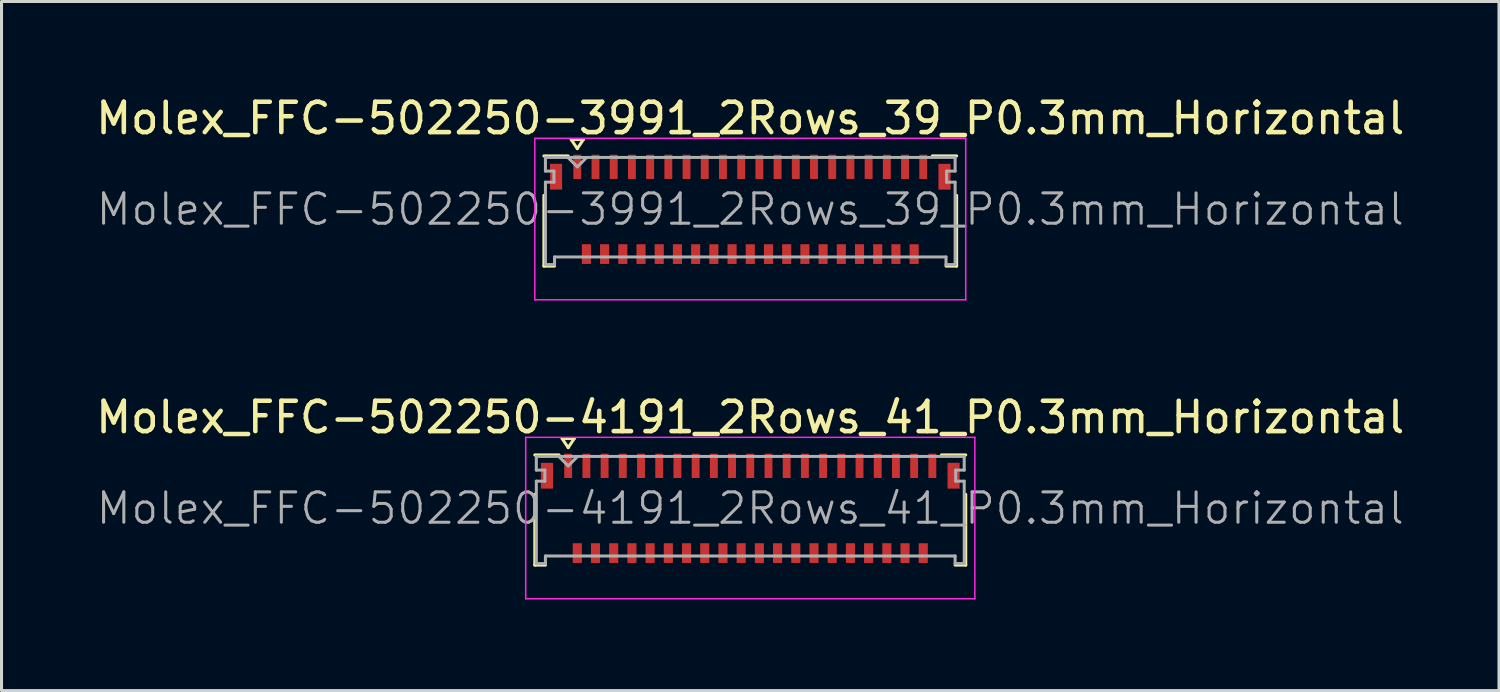
<source format=kicad_pcb>
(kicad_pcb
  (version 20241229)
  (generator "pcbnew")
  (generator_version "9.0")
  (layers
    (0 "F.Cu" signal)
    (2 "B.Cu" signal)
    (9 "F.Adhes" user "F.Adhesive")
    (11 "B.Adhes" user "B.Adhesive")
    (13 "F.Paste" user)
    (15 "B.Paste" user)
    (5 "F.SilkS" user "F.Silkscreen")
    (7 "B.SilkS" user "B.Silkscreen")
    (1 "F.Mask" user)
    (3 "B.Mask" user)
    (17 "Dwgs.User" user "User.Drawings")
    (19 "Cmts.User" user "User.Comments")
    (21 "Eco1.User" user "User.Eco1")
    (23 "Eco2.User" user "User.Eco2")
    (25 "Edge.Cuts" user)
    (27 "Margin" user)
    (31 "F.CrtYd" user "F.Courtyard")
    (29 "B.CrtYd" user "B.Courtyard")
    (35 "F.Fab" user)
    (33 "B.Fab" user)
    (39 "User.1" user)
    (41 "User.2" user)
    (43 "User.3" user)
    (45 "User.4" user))
  (footprint "Molex_FFC-502250-3991_2Rows_39_P0.3mm_Horizontal"
    (layer "F.Cu")
    (at 21.673 3.848)
    (property "Reference" "Molex_FFC-502250-3991_2Rows_39_P0.3mm_Horizontal" (at 0 -3 0) (layer "F.SilkS") (effects (font (size 1 1) (thickness 0.15))))
    (attr smd)
    (fp_line (start -6.8 -1.76) (end -6 -1.76) (stroke (width 0.1) (type solid)) (layer "F.SilkS"))
    (fp_line (start -6.8 -0.46) (end -6.8 1.87) (stroke (width 0.1) (type solid)) (layer "F.SilkS"))
    (fp_line (start -6.8 1.87) (end -6.45 1.87) (stroke (width 0.1) (type solid)) (layer "F.SilkS"))
    (fp_line (start -5.9 -2.3) (end -5.5 -2.3) (stroke (width 0.1) (type solid)) (layer "F.SilkS"))
    (fp_line (start -5.7 -2) (end -5.9 -2.3) (stroke (width 0.1) (type solid)) (layer "F.SilkS"))
    (fp_line (start -5.5 -2.3) (end -5.7 -2) (stroke (width 0.1) (type solid)) (layer "F.SilkS"))
    (fp_line (start 6.8 -1.76) (end 6 -1.76) (stroke (width 0.1) (type solid)) (layer "F.SilkS"))
    (fp_line (start 6.8 -0.46) (end 6.8 1.87) (stroke (width 0.1) (type solid)) (layer "F.SilkS"))
    (fp_line (start 6.8 1.87) (end 6.45 1.87) (stroke (width 0.1) (type solid)) (layer "F.SilkS"))
    (fp_line (start -7.1 -2.34) (end 7.1 -2.34) (stroke (width 0.05) (type solid)) (layer "F.CrtYd"))
    (fp_line (start -7.1 2.98) (end -7.1 -2.34) (stroke (width 0.05) (type solid)) (layer "F.CrtYd"))
    (fp_line (start 7.1 -2.34) (end 7.1 2.98) (stroke (width 0.05) (type solid)) (layer "F.CrtYd"))
    (fp_line (start 7.1 2.98) (end -7.1 2.98) (stroke (width 0.05) (type solid)) (layer "F.CrtYd"))
    (fp_line (start -6.75 -1.71) (end -6.75 -1.26) (stroke (width 0.1) (type solid)) (layer "F.Fab"))
    (fp_line (start -6.75 -1.26) (end -6.47 -1.26) (stroke (width 0.1) (type solid)) (layer "F.Fab"))
    (fp_line (start -6.75 -0.895) (end -6.75 1.82) (stroke (width 0.1) (type solid)) (layer "F.Fab"))
    (fp_line (start -6.75 1.82) (end -6.45 1.82) (stroke (width 0.1) (type solid)) (layer "F.Fab"))
    (fp_line (start -6.47 -1.26) (end -6.47 -0.895) (stroke (width 0.1) (type solid)) (layer "F.Fab"))
    (fp_line (start -6.47 -0.895) (end -6.75 -0.895) (stroke (width 0.1) (type solid)) (layer "F.Fab"))
    (fp_line (start -6.45 1.57) (end 6.45 1.57) (stroke (width 0.1) (type solid)) (layer "F.Fab"))
    (fp_line (start -6.45 1.82) (end -6.45 1.57) (stroke (width 0.1) (type solid)) (layer "F.Fab"))
    (fp_line (start -6 -1.7) (end -5.7 -1.4) (stroke (width 0.1) (type solid)) (layer "F.Fab"))
    (fp_line (start -5.7 -1.4) (end -5.4 -1.7) (stroke (width 0.1) (type solid)) (layer "F.Fab"))
    (fp_line (start 6.45 1.57) (end 6.45 1.82) (stroke (width 0.1) (type solid)) (layer "F.Fab"))
    (fp_line (start 6.45 1.82) (end 6.75 1.82) (stroke (width 0.1) (type solid)) (layer "F.Fab"))
    (fp_line (start 6.47 -1.26) (end 6.75 -1.26) (stroke (width 0.1) (type solid)) (layer "F.Fab"))
    (fp_line (start 6.47 -0.895) (end 6.47 -1.26) (stroke (width 0.1) (type solid)) (layer "F.Fab"))
    (fp_line (start 6.75 -1.71) (end -6.75 -1.71) (stroke (width 0.1) (type solid)) (layer "F.Fab"))
    (fp_line (start 6.75 -1.26) (end 6.75 -1.71) (stroke (width 0.1) (type solid)) (layer "F.Fab"))
    (fp_line (start 6.75 -0.895) (end 6.47 -0.895) (stroke (width 0.1) (type solid)) (layer "F.Fab"))
    (fp_line (start 6.75 1.82) (end 6.75 -0.895) (stroke (width 0.1) (type solid)) (layer "F.Fab"))
    (fp_text user "${REFERENCE}" (at 0 0 0) (layer "F.Fab") (effects (font (size 1 1) (thickness 0.1))))
    (pad "" smd rect (at -6.4 -1.075) (size 0.4 0.85) (layers "F.Cu" "F.Mask" "F.Paste"))
    (pad "" smd rect (at 6.4 -1.075) (size 0.4 0.85) (layers "F.Cu" "F.Mask" "F.Paste"))
    (pad "1" smd rect (at -5.7 -1.4) (size 0.26 0.8) (layers "F.Cu" "F.Mask" "F.Paste"))
    (pad "2" smd rect (at -5.4 1.475) (size 0.3 0.65) (layers "F.Cu" "F.Mask" "F.Paste"))
    (pad "3" smd rect (at -5.1 -1.4) (size 0.26 0.8) (layers "F.Cu" "F.Mask" "F.Paste"))
    (pad "4" smd rect (at -4.8 1.475) (size 0.3 0.65) (layers "F.Cu" "F.Mask" "F.Paste"))
    (pad "5" smd rect (at -4.5 -1.4) (size 0.26 0.8) (layers "F.Cu" "F.Mask" "F.Paste"))
    (pad "6" smd rect (at -4.2 1.475) (size 0.3 0.65) (layers "F.Cu" "F.Mask" "F.Paste"))
    (pad "7" smd rect (at -3.9 -1.4) (size 0.26 0.8) (layers "F.Cu" "F.Mask" "F.Paste"))
    (pad "8" smd rect (at -3.6 1.475) (size 0.3 0.65) (layers "F.Cu" "F.Mask" "F.Paste"))
    (pad "9" smd rect (at -3.3 -1.4) (size 0.26 0.8) (layers "F.Cu" "F.Mask" "F.Paste"))
    (pad "10" smd rect (at -3 1.475) (size 0.3 0.65) (layers "F.Cu" "F.Mask" "F.Paste"))
    (pad "11" smd rect (at -2.7 -1.4) (size 0.26 0.8) (layers "F.Cu" "F.Mask" "F.Paste"))
    (pad "12" smd rect (at -2.4 1.475) (size 0.3 0.65) (layers "F.Cu" "F.Mask" "F.Paste"))
    (pad "13" smd rect (at -2.1 -1.4) (size 0.26 0.8) (layers "F.Cu" "F.Mask" "F.Paste"))
    (pad "14" smd rect (at -1.8 1.475) (size 0.3 0.65) (layers "F.Cu" "F.Mask" "F.Paste"))
    (pad "15" smd rect (at -1.5 -1.4) (size 0.26 0.8) (layers "F.Cu" "F.Mask" "F.Paste"))
    (pad "16" smd rect (at -1.2 1.475) (size 0.3 0.65) (layers "F.Cu" "F.Mask" "F.Paste"))
    (pad "17" smd rect (at -0.9 -1.4) (size 0.26 0.8) (layers "F.Cu" "F.Mask" "F.Paste"))
    (pad "18" smd rect (at -0.6 1.475) (size 0.3 0.65) (layers "F.Cu" "F.Mask" "F.Paste"))
    (pad "19" smd rect (at -0.3 -1.4) (size 0.26 0.8) (layers "F.Cu" "F.Mask" "F.Paste"))
    (pad "20" smd rect (at 0 1.475) (size 0.3 0.65) (layers "F.Cu" "F.Mask" "F.Paste"))
    (pad "21" smd rect (at 0.3 -1.4) (size 0.26 0.8) (layers "F.Cu" "F.Mask" "F.Paste"))
    (pad "22" smd rect (at 0.6 1.475) (size 0.3 0.65) (layers "F.Cu" "F.Mask" "F.Paste"))
    (pad "23" smd rect (at 0.9 -1.4) (size 0.26 0.8) (layers "F.Cu" "F.Mask" "F.Paste"))
    (pad "24" smd rect (at 1.2 1.475) (size 0.3 0.65) (layers "F.Cu" "F.Mask" "F.Paste"))
    (pad "25" smd rect (at 1.5 -1.4) (size 0.26 0.8) (layers "F.Cu" "F.Mask" "F.Paste"))
    (pad "26" smd rect (at 1.8 1.475) (size 0.3 0.65) (layers "F.Cu" "F.Mask" "F.Paste"))
    (pad "27" smd rect (at 2.1 -1.4) (size 0.26 0.8) (layers "F.Cu" "F.Mask" "F.Paste"))
    (pad "28" smd rect (at 2.4 1.475) (size 0.3 0.65) (layers "F.Cu" "F.Mask" "F.Paste"))
    (pad "29" smd rect (at 2.7 -1.4) (size 0.26 0.8) (layers "F.Cu" "F.Mask" "F.Paste"))
    (pad "30" smd rect (at 3 1.475) (size 0.3 0.65) (layers "F.Cu" "F.Mask" "F.Paste"))
    (pad "31" smd rect (at 3.3 -1.4) (size 0.26 0.8) (layers "F.Cu" "F.Mask" "F.Paste"))
    (pad "32" smd rect (at 3.6 1.475) (size 0.3 0.65) (layers "F.Cu" "F.Mask" "F.Paste"))
    (pad "33" smd rect (at 3.9 -1.4) (size 0.26 0.8) (layers "F.Cu" "F.Mask" "F.Paste"))
    (pad "34" smd rect (at 4.2 1.475) (size 0.3 0.65) (layers "F.Cu" "F.Mask" "F.Paste"))
    (pad "35" smd rect (at 4.5 -1.4) (size 0.26 0.8) (layers "F.Cu" "F.Mask" "F.Paste"))
    (pad "36" smd rect (at 4.8 1.475) (size 0.3 0.65) (layers "F.Cu" "F.Mask" "F.Paste"))
    (pad "37" smd rect (at 5.1 -1.4) (size 0.26 0.8) (layers "F.Cu" "F.Mask" "F.Paste"))
    (pad "38" smd rect (at 5.4 1.475) (size 0.3 0.65) (layers "F.Cu" "F.Mask" "F.Paste"))
    (pad "39" smd rect (at 5.7 -1.4) (size 0.26 0.8) (layers "F.Cu" "F.Mask" "F.Paste")))
  (footprint "Molex_FFC-502250-4191_2Rows_41_P0.3mm_Horizontal"
    (layer "F.Cu")
    (at 21.673 13.701)
    (property "Reference" "Molex_FFC-502250-4191_2Rows_41_P0.3mm_Horizontal" (at 0 -3 0) (layer "F.SilkS") (effects (font (size 1 1) (thickness 0.15))))
    (attr smd)
    (fp_line (start -7.1 -1.76) (end -6.3 -1.76) (stroke (width 0.1) (type solid)) (layer "F.SilkS"))
    (fp_line (start -7.1 -0.46) (end -7.1 1.87) (stroke (width 0.1) (type solid)) (layer "F.SilkS"))
    (fp_line (start -7.1 1.87) (end -6.75 1.87) (stroke (width 0.1) (type solid)) (layer "F.SilkS"))
    (fp_line (start -6.2 -2.3) (end -5.8 -2.3) (stroke (width 0.1) (type solid)) (layer "F.SilkS"))
    (fp_line (start -6 -2) (end -6.2 -2.3) (stroke (width 0.1) (type solid)) (layer "F.SilkS"))
    (fp_line (start -5.8 -2.3) (end -6 -2) (stroke (width 0.1) (type solid)) (layer "F.SilkS"))
    (fp_line (start 7.1 -1.76) (end 6.3 -1.76) (stroke (width 0.1) (type solid)) (layer "F.SilkS"))
    (fp_line (start 7.1 -0.46) (end 7.1 1.87) (stroke (width 0.1) (type solid)) (layer "F.SilkS"))
    (fp_line (start 7.1 1.87) (end 6.75 1.87) (stroke (width 0.1) (type solid)) (layer "F.SilkS"))
    (fp_line (start -7.4 -2.34) (end 7.4 -2.34) (stroke (width 0.05) (type solid)) (layer "F.CrtYd"))
    (fp_line (start -7.4 2.98) (end -7.4 -2.34) (stroke (width 0.05) (type solid)) (layer "F.CrtYd"))
    (fp_line (start 7.4 -2.34) (end 7.4 2.98) (stroke (width 0.05) (type solid)) (layer "F.CrtYd"))
    (fp_line (start 7.4 2.98) (end -7.4 2.98) (stroke (width 0.05) (type solid)) (layer "F.CrtYd"))
    (fp_line (start -7.05 -1.71) (end -7.05 -1.26) (stroke (width 0.1) (type solid)) (layer "F.Fab"))
    (fp_line (start -7.05 -1.26) (end -6.77 -1.26) (stroke (width 0.1) (type solid)) (layer "F.Fab"))
    (fp_line (start -7.05 -0.895) (end -7.05 1.82) (stroke (width 0.1) (type solid)) (layer "F.Fab"))
    (fp_line (start -7.05 1.82) (end -6.75 1.82) (stroke (width 0.1) (type solid)) (layer "F.Fab"))
    (fp_line (start -6.77 -1.26) (end -6.77 -0.895) (stroke (width 0.1) (type solid)) (layer "F.Fab"))
    (fp_line (start -6.77 -0.895) (end -7.05 -0.895) (stroke (width 0.1) (type solid)) (layer "F.Fab"))
    (fp_line (start -6.75 1.57) (end 6.75 1.57) (stroke (width 0.1) (type solid)) (layer "F.Fab"))
    (fp_line (start -6.75 1.82) (end -6.75 1.57) (stroke (width 0.1) (type solid)) (layer "F.Fab"))
    (fp_line (start -6.3 -1.7) (end -6 -1.4) (stroke (width 0.1) (type solid)) (layer "F.Fab"))
    (fp_line (start -6 -1.4) (end -5.7 -1.7) (stroke (width 0.1) (type solid)) (layer "F.Fab"))
    (fp_line (start 6.75 1.57) (end 6.75 1.82) (stroke (width 0.1) (type solid)) (layer "F.Fab"))
    (fp_line (start 6.75 1.82) (end 7.05 1.82) (stroke (width 0.1) (type solid)) (layer "F.Fab"))
    (fp_line (start 6.77 -1.26) (end 7.05 -1.26) (stroke (width 0.1) (type solid)) (layer "F.Fab"))
    (fp_line (start 6.77 -0.895) (end 6.77 -1.26) (stroke (width 0.1) (type solid)) (layer "F.Fab"))
    (fp_line (start 7.05 -1.71) (end -7.05 -1.71) (stroke (width 0.1) (type solid)) (layer "F.Fab"))
    (fp_line (start 7.05 -1.26) (end 7.05 -1.71) (stroke (width 0.1) (type solid)) (layer "F.Fab"))
    (fp_line (start 7.05 -0.895) (end 6.77 -0.895) (stroke (width 0.1) (type solid)) (layer "F.Fab"))
    (fp_line (start 7.05 1.82) (end 7.05 -0.895) (stroke (width 0.1) (type solid)) (layer "F.Fab"))
    (fp_text user "${REFERENCE}" (at 0 0 0) (layer "F.Fab") (effects (font (size 1 1) (thickness 0.1))))
    (pad "" smd rect (at -6.7 -1.075) (size 0.4 0.85) (layers "F.Cu" "F.Mask" "F.Paste"))
    (pad "" smd rect (at 6.7 -1.075) (size 0.4 0.85) (layers "F.Cu" "F.Mask" "F.Paste"))
    (pad "1" smd rect (at -6 -1.4) (size 0.26 0.8) (layers "F.Cu" "F.Mask" "F.Paste"))
    (pad "2" smd rect (at -5.7 1.475) (size 0.3 0.65) (layers "F.Cu" "F.Mask" "F.Paste"))
    (pad "3" smd rect (at -5.4 -1.4) (size 0.26 0.8) (layers "F.Cu" "F.Mask" "F.Paste"))
    (pad "4" smd rect (at -5.1 1.475) (size 0.3 0.65) (layers "F.Cu" "F.Mask" "F.Paste"))
    (pad "5" smd rect (at -4.8 -1.4) (size 0.26 0.8) (layers "F.Cu" "F.Mask" "F.Paste"))
    (pad "6" smd rect (at -4.5 1.475) (size 0.3 0.65) (layers "F.Cu" "F.Mask" "F.Paste"))
    (pad "7" smd rect (at -4.2 -1.4) (size 0.26 0.8) (layers "F.Cu" "F.Mask" "F.Paste"))
    (pad "8" smd rect (at -3.9 1.475) (size 0.3 0.65) (layers "F.Cu" "F.Mask" "F.Paste"))
    (pad "9" smd rect (at -3.6 -1.4) (size 0.26 0.8) (layers "F.Cu" "F.Mask" "F.Paste"))
    (pad "10" smd rect (at -3.3 1.475) (size 0.3 0.65) (layers "F.Cu" "F.Mask" "F.Paste"))
    (pad "11" smd rect (at -3 -1.4) (size 0.26 0.8) (layers "F.Cu" "F.Mask" "F.Paste"))
    (pad "12" smd rect (at -2.7 1.475) (size 0.3 0.65) (layers "F.Cu" "F.Mask" "F.Paste"))
    (pad "13" smd rect (at -2.4 -1.4) (size 0.26 0.8) (layers "F.Cu" "F.Mask" "F.Paste"))
    (pad "14" smd rect (at -2.1 1.475) (size 0.3 0.65) (layers "F.Cu" "F.Mask" "F.Paste"))
    (pad "15" smd rect (at -1.8 -1.4) (size 0.26 0.8) (layers "F.Cu" "F.Mask" "F.Paste"))
    (pad "16" smd rect (at -1.5 1.475) (size 0.3 0.65) (layers "F.Cu" "F.Mask" "F.Paste"))
    (pad "17" smd rect (at -1.2 -1.4) (size 0.26 0.8) (layers "F.Cu" "F.Mask" "F.Paste"))
    (pad "18" smd rect (at -0.9 1.475) (size 0.3 0.65) (layers "F.Cu" "F.Mask" "F.Paste"))
    (pad "19" smd rect (at -0.6 -1.4) (size 0.26 0.8) (layers "F.Cu" "F.Mask" "F.Paste"))
    (pad "20" smd rect (at -0.3 1.475) (size 0.3 0.65) (layers "F.Cu" "F.Mask" "F.Paste"))
    (pad "21" smd rect (at 0 -1.4) (size 0.26 0.8) (layers "F.Cu" "F.Mask" "F.Paste"))
    (pad "22" smd rect (at 0.3 1.475) (size 0.3 0.65) (layers "F.Cu" "F.Mask" "F.Paste"))
    (pad "23" smd rect (at 0.6 -1.4) (size 0.26 0.8) (layers "F.Cu" "F.Mask" "F.Paste"))
    (pad "24" smd rect (at 0.9 1.475) (size 0.3 0.65) (layers "F.Cu" "F.Mask" "F.Paste"))
    (pad "25" smd rect (at 1.2 -1.4) (size 0.26 0.8) (layers "F.Cu" "F.Mask" "F.Paste"))
    (pad "26" smd rect (at 1.5 1.475) (size 0.3 0.65) (layers "F.Cu" "F.Mask" "F.Paste"))
    (pad "27" smd rect (at 1.8 -1.4) (size 0.26 0.8) (layers "F.Cu" "F.Mask" "F.Paste"))
    (pad "28" smd rect (at 2.1 1.475) (size 0.3 0.65) (layers "F.Cu" "F.Mask" "F.Paste"))
    (pad "29" smd rect (at 2.4 -1.4) (size 0.26 0.8) (layers "F.Cu" "F.Mask" "F.Paste"))
    (pad "30" smd rect (at 2.7 1.475) (size 0.3 0.65) (layers "F.Cu" "F.Mask" "F.Paste"))
    (pad "31" smd rect (at 3 -1.4) (size 0.26 0.8) (layers "F.Cu" "F.Mask" "F.Paste"))
    (pad "32" smd rect (at 3.3 1.475) (size 0.3 0.65) (layers "F.Cu" "F.Mask" "F.Paste"))
    (pad "33" smd rect (at 3.6 -1.4) (size 0.26 0.8) (layers "F.Cu" "F.Mask" "F.Paste"))
    (pad "34" smd rect (at 3.9 1.475) (size 0.3 0.65) (layers "F.Cu" "F.Mask" "F.Paste"))
    (pad "35" smd rect (at 4.2 -1.4) (size 0.26 0.8) (layers "F.Cu" "F.Mask" "F.Paste"))
    (pad "36" smd rect (at 4.5 1.475) (size 0.3 0.65) (layers "F.Cu" "F.Mask" "F.Paste"))
    (pad "37" smd rect (at 4.8 -1.4) (size 0.26 0.8) (layers "F.Cu" "F.Mask" "F.Paste"))
    (pad "38" smd rect (at 5.1 1.475) (size 0.3 0.65) (layers "F.Cu" "F.Mask" "F.Paste"))
    (pad "39" smd rect (at 5.4 -1.4) (size 0.26 0.8) (layers "F.Cu" "F.Mask" "F.Paste"))
    (pad "40" smd rect (at 5.7 1.475) (size 0.3 0.65) (layers "F.Cu" "F.Mask" "F.Paste"))
    (pad "41" smd rect (at 6 -1.4) (size 0.26 0.8) (layers "F.Cu" "F.Mask" "F.Paste")))
  (gr_rect
    (start -3 -3)
    (end 46.345 19.706)
    (stroke (width 0.1) (type default))
    (fill no)
    (layer "Edge.Cuts")))
</source>
